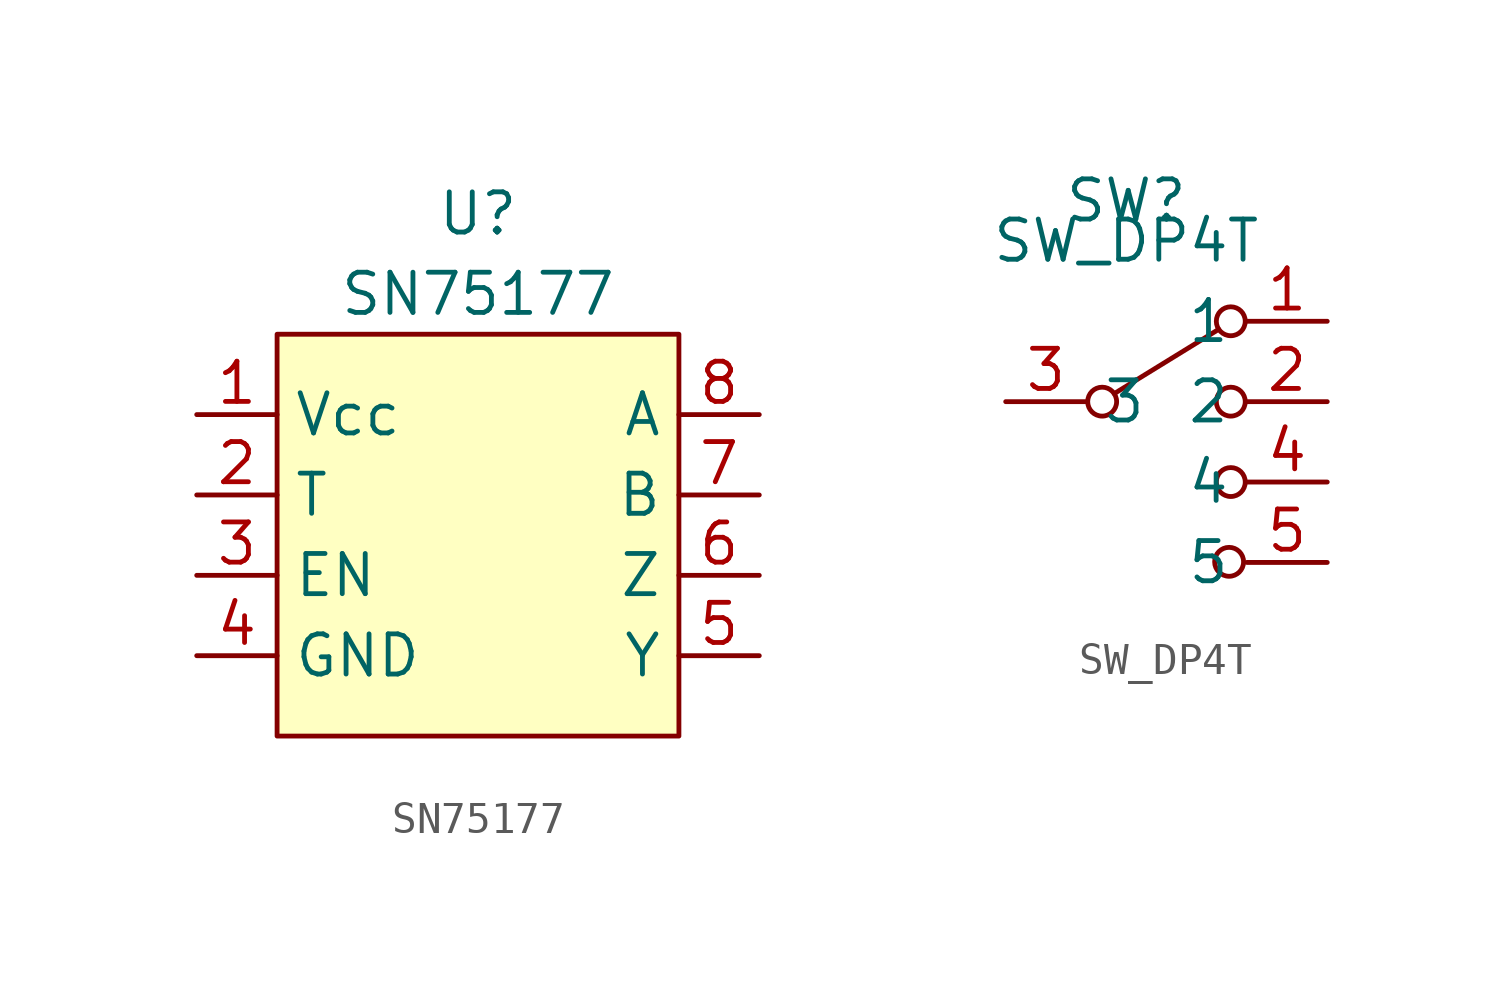
<source format=kicad_sym>
(kicad_symbol_lib
  (version 20211014)
  (generator kicad_symbol_editor)
  (symbol "SN75177"
    (property "Reference" "U"
      (at 0 0 0)
      (effects (font (size 1.27 1.27))))
    (property "Value" "SN75177"
      (at 0 -2.54 0)
      (effects (font (size 1.27 1.27))))
    (symbol "SN75177_0_1"
      (rectangle (start -6.35 -3.81) (end 6.35 -16.51) (stroke (width 0) (type default) (color 0 0 0 0)) (fill (type background))))
    (symbol "SN75177_1_1"
      (pin power_in line (at -8.89 -6.35 0) (length 2.54) (name "Vcc" (effects (font (size 1.27 1.27)))) (number "1" (effects (font (size 1.27 1.27)))))
      (pin output line (at -8.89 -8.89 0) (length 2.54) (name "T" (effects (font (size 1.27 1.27)))) (number "2" (effects (font (size 1.27 1.27)))))
      (pin input line (at -8.89 -11.43 0) (length 2.54) (name "EN" (effects (font (size 1.27 1.27)))) (number "3" (effects (font (size 1.27 1.27)))))
      (pin power_in line (at -8.89 -13.97 0) (length 2.54) (name "GND" (effects (font (size 1.27 1.27)))) (number "4" (effects (font (size 1.27 1.27)))))
      (pin output line (at 8.89 -13.97 180) (length 2.54) (name "Y" (effects (font (size 1.27 1.27)))) (number "5" (effects (font (size 1.27 1.27)))))
      (pin output line (at 8.89 -11.43 180) (length 2.54) (name "Z" (effects (font (size 1.27 1.27)))) (number "6" (effects (font (size 1.27 1.27)))))
      (pin input line (at 8.89 -8.89 180) (length 2.54) (name "B" (effects (font (size 1.27 1.27)))) (number "7" (effects (font (size 1.27 1.27)))))
      (pin input line (at 8.89 -6.35 180) (length 2.54) (name "A" (effects (font (size 1.27 1.27)))) (number "8" (effects (font (size 1.27 1.27)))))))
  (symbol "SW_DP4T"
    (property "Reference" "SW"
      (at 0 0 0)
      (effects (font (size 1.27 1.27))))
    (property "Value" "SW_DP4T"
      (at 0 -1.27 0)
      (effects (font (size 1.27 1.27))))
    (symbol "SW_DP4T_0_1"
      (circle (center -0.762 -6.35) (radius 0.457) (stroke (width 0) (type default) (color 0 0 0 0)) (fill (type none)))
      (polyline (pts (xy -0.381 -6.096) (xy 2.921 -4.064)) (stroke (width 0) (type default) (color 0 0 0 0)) (fill (type none)))
      (circle (center 3.249 -11.411) (radius 0.457) (stroke (width 0) (type default) (color 0 0 0 0)) (fill (type none)))
      (circle (center 3.302 -8.89) (radius 0.457) (stroke (width 0) (type default) (color 0 0 0 0)) (fill (type none)))
      (circle (center 3.302 -6.35) (radius 0.457) (stroke (width 0) (type default) (color 0 0 0 0)) (fill (type none)))
      (circle (center 3.302 -3.81) (radius 0.457) (stroke (width 0) (type default) (color 0 0 0 0)) (fill (type none))))
    (symbol "SW_DP4T_1_1"
      (pin passive line (at 6.35 -3.81 180) (length 2.54) (name "1" (effects (font (size 1.27 1.27)))) (number "1" (effects (font (size 1.27 1.27)))))
      (pin passive line (at 6.35 -6.35 180) (length 2.54) (name "2" (effects (font (size 1.27 1.27)))) (number "2" (effects (font (size 1.27 1.27)))))
      (pin passive line (at -3.81 -6.35 0) (length 2.54) (name "3" (effects (font (size 1.27 1.27)))) (number "3" (effects (font (size 1.27 1.27)))))
      (pin passive line (at 6.35 -8.89 180) (length 2.54) (name "4" (effects (font (size 1.27 1.27)))) (number "4" (effects (font (size 1.27 1.27)))))
      (pin passive line (at 6.35 -11.43 180) (length 2.54) (name "5" (effects (font (size 1.27 1.27)))) (number "5" (effects (font (size 1.27 1.27))))))))
</source>
